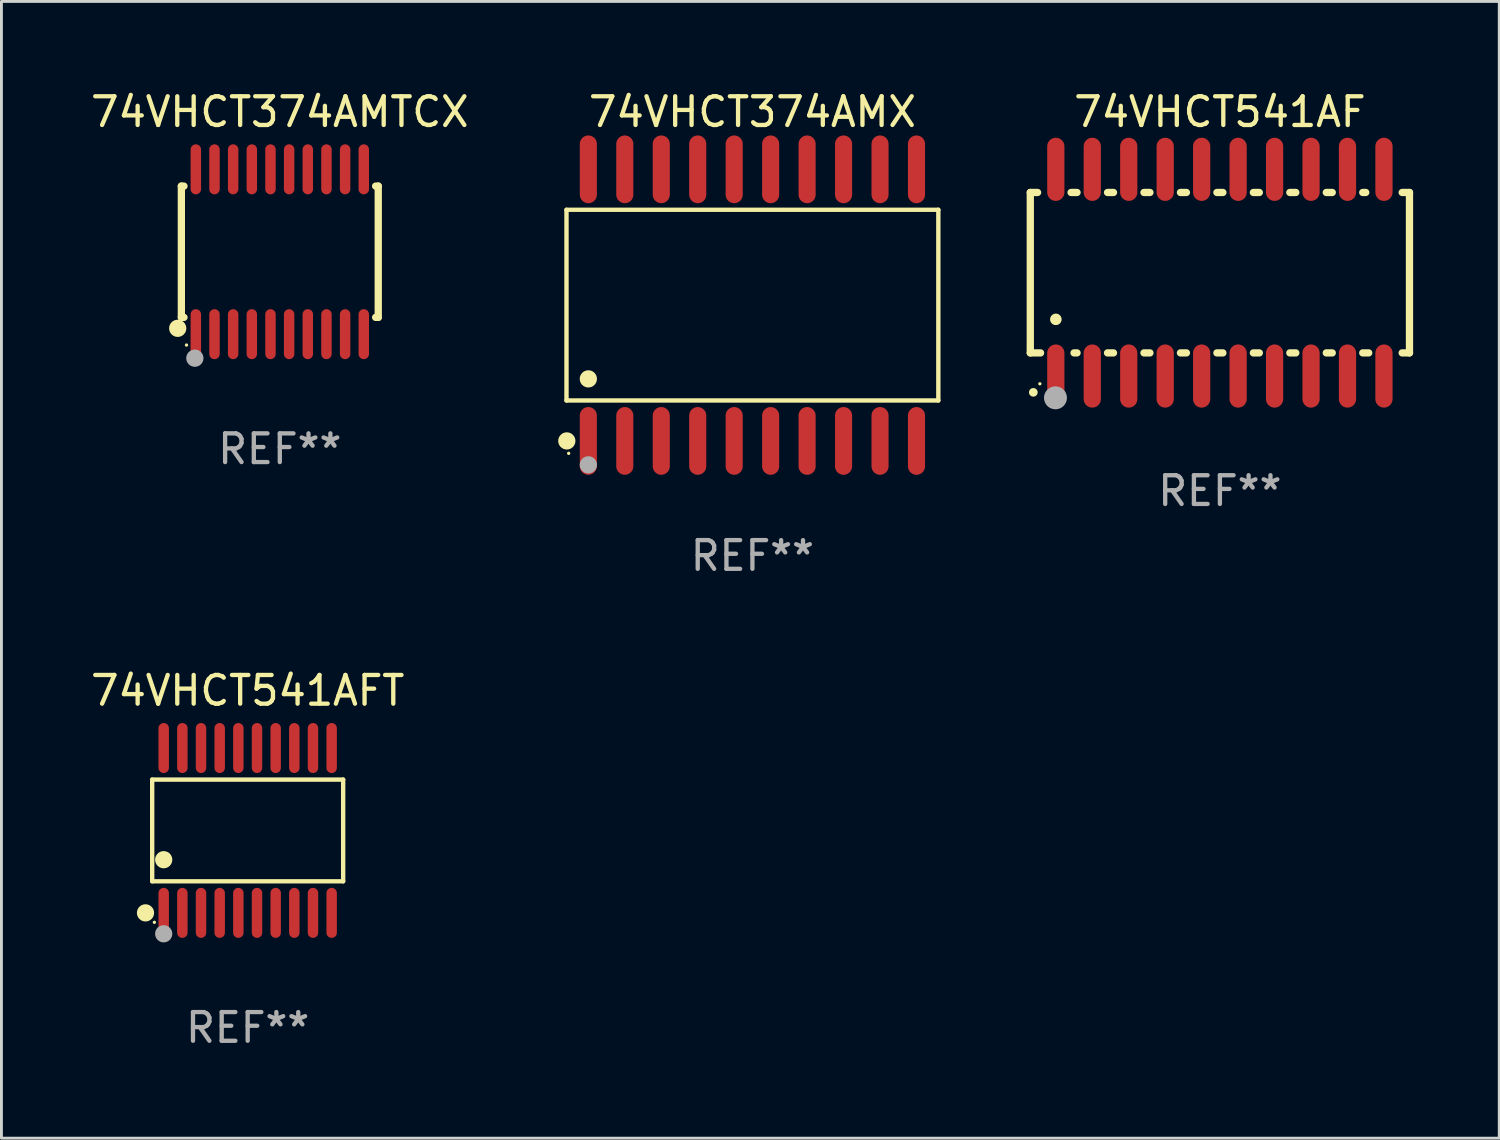
<source format=kicad_pcb>
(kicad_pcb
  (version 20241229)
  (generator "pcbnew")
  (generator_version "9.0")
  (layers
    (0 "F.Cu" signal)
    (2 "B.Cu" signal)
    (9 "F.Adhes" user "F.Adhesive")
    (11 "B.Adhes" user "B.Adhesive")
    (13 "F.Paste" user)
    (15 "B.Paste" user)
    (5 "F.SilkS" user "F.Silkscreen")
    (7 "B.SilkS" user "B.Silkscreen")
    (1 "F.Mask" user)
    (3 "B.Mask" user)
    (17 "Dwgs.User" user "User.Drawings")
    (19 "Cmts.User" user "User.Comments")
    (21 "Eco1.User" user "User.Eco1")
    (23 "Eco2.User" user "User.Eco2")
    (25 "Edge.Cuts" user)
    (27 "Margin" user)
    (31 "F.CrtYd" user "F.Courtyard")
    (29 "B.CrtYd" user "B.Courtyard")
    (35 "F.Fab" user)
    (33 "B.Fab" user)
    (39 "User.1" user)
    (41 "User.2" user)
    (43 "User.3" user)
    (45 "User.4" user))
  (footprint "74VHCT541AF"
    (layer "F.Cu")
    (at 39.441 6.448)
    (property "Reference" "74VHCT541AF" (at 0 -5.6 0) (layer "F.SilkS") (effects (font (size 1 1) (thickness 0.15))))
    (attr through_hole)
    (fp_line (start -6.604 -2.794) (end -6.604 2.794) (stroke (width 0.254) (type solid)) (layer "F.SilkS"))
    (fp_line (start -6.604 2.794) (end -6.246 2.794) (stroke (width 0.254) (type solid)) (layer "F.SilkS"))
    (fp_line (start -6.35 -2.794) (end -6.604 -2.794) (stroke (width 0.254) (type solid)) (layer "F.SilkS"))
    (fp_line (start -5.184 -2.794) (end -4.976 -2.794) (stroke (width 0.254) (type solid)) (layer "F.SilkS"))
    (fp_line (start -5.08 2.794) (end -4.976 2.794) (stroke (width 0.254) (type solid)) (layer "F.SilkS"))
    (fp_line (start -3.914 -2.794) (end -3.706 -2.794) (stroke (width 0.254) (type solid)) (layer "F.SilkS"))
    (fp_line (start -3.914 2.794) (end -3.706 2.794) (stroke (width 0.254) (type solid)) (layer "F.SilkS"))
    (fp_line (start -2.644 -2.794) (end -2.436 -2.794) (stroke (width 0.254) (type solid)) (layer "F.SilkS"))
    (fp_line (start -2.644 2.794) (end -2.436 2.794) (stroke (width 0.254) (type solid)) (layer "F.SilkS"))
    (fp_line (start -1.374 -2.794) (end -1.166 -2.794) (stroke (width 0.254) (type solid)) (layer "F.SilkS"))
    (fp_line (start -1.374 2.794) (end -1.166 2.794) (stroke (width 0.254) (type solid)) (layer "F.SilkS"))
    (fp_line (start -0.104 -2.794) (end 0.104 -2.794) (stroke (width 0.254) (type solid)) (layer "F.SilkS"))
    (fp_line (start -0.104 2.794) (end 0.104 2.794) (stroke (width 0.254) (type solid)) (layer "F.SilkS"))
    (fp_line (start 1.166 -2.794) (end 1.374 -2.794) (stroke (width 0.254) (type solid)) (layer "F.SilkS"))
    (fp_line (start 1.166 2.794) (end 1.374 2.794) (stroke (width 0.254) (type solid)) (layer "F.SilkS"))
    (fp_line (start 2.436 -2.794) (end 2.644 -2.794) (stroke (width 0.254) (type solid)) (layer "F.SilkS"))
    (fp_line (start 2.436 2.794) (end 2.644 2.794) (stroke (width 0.254) (type solid)) (layer "F.SilkS"))
    (fp_line (start 3.706 -2.794) (end 3.914 -2.794) (stroke (width 0.254) (type solid)) (layer "F.SilkS"))
    (fp_line (start 3.706 2.794) (end 3.914 2.794) (stroke (width 0.254) (type solid)) (layer "F.SilkS"))
    (fp_line (start 4.976 -2.794) (end 5.08 -2.794) (stroke (width 0.254) (type solid)) (layer "F.SilkS"))
    (fp_line (start 4.976 2.794) (end 5.184 2.794) (stroke (width 0.254) (type solid)) (layer "F.SilkS"))
    (fp_line (start 6.35 -2.794) (end 6.604 -2.794) (stroke (width 0.254) (type solid)) (layer "F.SilkS"))
    (fp_line (start 6.604 -2.794) (end 6.604 2.794) (stroke (width 0.254) (type solid)) (layer "F.SilkS"))
    (fp_line (start 6.604 2.794) (end 6.35 2.794) (stroke (width 0.254) (type solid)) (layer "F.SilkS"))
    (fp_arc (start -6.499619 4.167793) (mid -6.498349 4.167788) (end -6.497079 4.167793) (stroke (width 0.3) (type solid)) (layer "F.SilkS"))
    (fp_arc (start -5.715011 1.625603) (mid -5.713741 1.625599) (end -5.712471 1.625603) (stroke (width 0.4) (type solid)) (layer "F.SilkS"))
    (fp_circle (center -6.27 3.87) (end -6.24 3.87) (stroke (width 0.06) (type solid)) (fill no) (layer "F.SilkS"))
    (fp_circle (center -5.727 4.359) (end -5.527 4.359) (stroke (width 0.4) (type solid)) (fill no) (layer "F.Fab"))
    (fp_text user "REF**" (at 0 7.6 0) (layer "F.Fab") (effects (font (size 1 1) (thickness 0.15))))
    (pad "1" smd oval (at -5.715 3.6) (size 0.6 2.2) (layers "F.Cu" "F.Mask" "F.Paste"))
    (pad "2" smd oval (at -4.445 3.6) (size 0.6 2.2) (layers "F.Cu" "F.Mask" "F.Paste"))
    (pad "3" smd oval (at -3.175 3.6) (size 0.6 2.2) (layers "F.Cu" "F.Mask" "F.Paste"))
    (pad "4" smd oval (at -1.905 3.6) (size 0.6 2.2) (layers "F.Cu" "F.Mask" "F.Paste"))
    (pad "5" smd oval (at -0.635 3.6) (size 0.6 2.2) (layers "F.Cu" "F.Mask" "F.Paste"))
    (pad "6" smd oval (at 0.635 3.6) (size 0.6 2.2) (layers "F.Cu" "F.Mask" "F.Paste"))
    (pad "7" smd oval (at 1.905 3.6) (size 0.6 2.2) (layers "F.Cu" "F.Mask" "F.Paste"))
    (pad "8" smd oval (at 3.175 3.6) (size 0.6 2.2) (layers "F.Cu" "F.Mask" "F.Paste"))
    (pad "9" smd oval (at 4.445 3.6) (size 0.6 2.2) (layers "F.Cu" "F.Mask" "F.Paste"))
    (pad "10" smd oval (at 5.715 3.6) (size 0.6 2.2) (layers "F.Cu" "F.Mask" "F.Paste"))
    (pad "11" smd oval (at 5.715 -3.6 180) (size 0.6 2.2) (layers "F.Cu" "F.Mask" "F.Paste"))
    (pad "12" smd oval (at 4.445 -3.6 180) (size 0.6 2.2) (layers "F.Cu" "F.Mask" "F.Paste"))
    (pad "13" smd oval (at 3.175 -3.6 180) (size 0.6 2.2) (layers "F.Cu" "F.Mask" "F.Paste"))
    (pad "14" smd oval (at 1.905 -3.6 180) (size 0.6 2.2) (layers "F.Cu" "F.Mask" "F.Paste"))
    (pad "15" smd oval (at 0.635 -3.6 180) (size 0.6 2.2) (layers "F.Cu" "F.Mask" "F.Paste"))
    (pad "16" smd oval (at -0.635 -3.6 180) (size 0.6 2.2) (layers "F.Cu" "F.Mask" "F.Paste"))
    (pad "17" smd oval (at -1.905 -3.6 180) (size 0.6 2.2) (layers "F.Cu" "F.Mask" "F.Paste"))
    (pad "18" smd oval (at -3.175 -3.6 180) (size 0.6 2.2) (layers "F.Cu" "F.Mask" "F.Paste"))
    (pad "19" smd oval (at -4.445 -3.6 180) (size 0.6 2.2) (layers "F.Cu" "F.Mask" "F.Paste"))
    (pad "20" smd oval (at -5.715 -3.6 180) (size 0.6 2.2) (layers "F.Cu" "F.Mask" "F.Paste")))
  (footprint "74VHCT374AMX"
    (layer "F.Cu")
    (at 23.158 7.578)
    (property "Reference" "74VHCT374AMX" (at 0 -6.73 0) (layer "F.SilkS") (effects (font (size 1 1) (thickness 0.15))))
    (attr through_hole)
    (fp_line (start -6.476 -3.321) (end 6.476 -3.321) (stroke (width 0.152) (type solid)) (layer "F.SilkS"))
    (fp_line (start -6.476 3.321) (end -6.476 -3.321) (stroke (width 0.152) (type solid)) (layer "F.SilkS"))
    (fp_line (start 6.476 -3.321) (end 6.476 3.321) (stroke (width 0.152) (type solid)) (layer "F.SilkS"))
    (fp_line (start 6.476 3.321) (end -6.476 3.321) (stroke (width 0.152) (type solid)) (layer "F.SilkS"))
    (fp_circle (center -6.465 4.73) (end -6.315 4.73) (stroke (width 0.3) (type solid)) (fill no) (layer "F.SilkS"))
    (fp_circle (center -6.4 5.163) (end -6.37 5.163) (stroke (width 0.06) (type solid)) (fill no) (layer "F.SilkS"))
    (fp_circle (center -5.715 2.569) (end -5.565 2.569) (stroke (width 0.3) (type solid)) (fill no) (layer "F.SilkS"))
    (fp_circle (center -5.715 5.563) (end -5.565 5.563) (stroke (width 0.3) (type solid)) (fill no) (layer "F.Fab"))
    (fp_text user "REF**" (at 0 8.73 0) (layer "F.Fab") (effects (font (size 1 1) (thickness 0.15))))
    (pad "1" smd oval (at -5.715 4.73) (size 0.595 2.36) (layers "F.Cu" "F.Mask" "F.Paste"))
    (pad "2" smd oval (at -4.445 4.73) (size 0.595 2.36) (layers "F.Cu" "F.Mask" "F.Paste"))
    (pad "3" smd oval (at -3.175 4.73) (size 0.595 2.36) (layers "F.Cu" "F.Mask" "F.Paste"))
    (pad "4" smd oval (at -1.905 4.73) (size 0.595 2.36) (layers "F.Cu" "F.Mask" "F.Paste"))
    (pad "5" smd oval (at -0.635 4.73) (size 0.595 2.36) (layers "F.Cu" "F.Mask" "F.Paste"))
    (pad "6" smd oval (at 0.635 4.73) (size 0.595 2.36) (layers "F.Cu" "F.Mask" "F.Paste"))
    (pad "7" smd oval (at 1.905 4.73) (size 0.595 2.36) (layers "F.Cu" "F.Mask" "F.Paste"))
    (pad "8" smd oval (at 3.175 4.73) (size 0.595 2.36) (layers "F.Cu" "F.Mask" "F.Paste"))
    (pad "9" smd oval (at 4.445 4.73) (size 0.595 2.36) (layers "F.Cu" "F.Mask" "F.Paste"))
    (pad "10" smd oval (at 5.715 4.73) (size 0.595 2.36) (layers "F.Cu" "F.Mask" "F.Paste"))
    (pad "11" smd oval (at 5.715 -4.73) (size 0.595 2.36) (layers "F.Cu" "F.Mask" "F.Paste"))
    (pad "12" smd oval (at 4.445 -4.73) (size 0.595 2.36) (layers "F.Cu" "F.Mask" "F.Paste"))
    (pad "13" smd oval (at 3.175 -4.73) (size 0.595 2.36) (layers "F.Cu" "F.Mask" "F.Paste"))
    (pad "14" smd oval (at 1.905 -4.73) (size 0.595 2.36) (layers "F.Cu" "F.Mask" "F.Paste"))
    (pad "15" smd oval (at 0.635 -4.73) (size 0.595 2.36) (layers "F.Cu" "F.Mask" "F.Paste"))
    (pad "16" smd oval (at -0.635 -4.73) (size 0.595 2.36) (layers "F.Cu" "F.Mask" "F.Paste"))
    (pad "17" smd oval (at -1.905 -4.73) (size 0.595 2.36) (layers "F.Cu" "F.Mask" "F.Paste"))
    (pad "18" smd oval (at -3.175 -4.73) (size 0.595 2.36) (layers "F.Cu" "F.Mask" "F.Paste"))
    (pad "19" smd oval (at -4.445 -4.73) (size 0.595 2.36) (layers "F.Cu" "F.Mask" "F.Paste"))
    (pad "20" smd oval (at -5.715 -4.73) (size 0.595 2.36) (layers "F.Cu" "F.Mask" "F.Paste")))
  (footprint "74VHCT374AMTCX"
    (layer "F.Cu")
    (at 6.696 5.719)
    (property "Reference" "74VHCT374AMTCX" (at 0 -4.871 0) (layer "F.SilkS") (effects (font (size 1 1) (thickness 0.15))))
    (attr through_hole)
    (fp_line (start -3.429 -2.286) (end -3.429 2.286) (stroke (width 0.254) (type solid)) (layer "F.SilkS"))
    (fp_line (start -3.429 2.286) (end -3.338 2.286) (stroke (width 0.254) (type solid)) (layer "F.SilkS"))
    (fp_line (start -3.338 -2.286) (end -3.429 -2.286) (stroke (width 0.254) (type solid)) (layer "F.SilkS"))
    (fp_line (start 3.338 -2.286) (end 3.429 -2.286) (stroke (width 0.254) (type solid)) (layer "F.SilkS"))
    (fp_line (start 3.429 -2.286) (end 3.429 2.286) (stroke (width 0.254) (type solid)) (layer "F.SilkS"))
    (fp_line (start 3.429 2.286) (end 3.338 2.286) (stroke (width 0.254) (type solid)) (layer "F.SilkS"))
    (fp_circle (center -3.556 2.667) (end -3.406 2.667) (stroke (width 0.3) (type solid)) (fill no) (layer "F.SilkS"))
    (fp_circle (center -3.25 3.25) (end -3.22 3.25) (stroke (width 0.06) (type solid)) (fill no) (layer "F.SilkS"))
    (fp_circle (center -2.959 3.707) (end -2.808 3.707) (stroke (width 0.3) (type solid)) (fill no) (layer "F.Fab"))
    (fp_text user "REF**" (at 0 6.871 0) (layer "F.Fab") (effects (font (size 1 1) (thickness 0.15))))
    (pad "1" smd oval (at -2.925 2.871) (size 0.364 1.742) (layers "F.Cu" "F.Mask" "F.Paste"))
    (pad "2" smd oval (at -2.275 2.871) (size 0.364 1.742) (layers "F.Cu" "F.Mask" "F.Paste"))
    (pad "3" smd oval (at -1.625 2.871) (size 0.364 1.742) (layers "F.Cu" "F.Mask" "F.Paste"))
    (pad "4" smd oval (at -0.975 2.871) (size 0.364 1.742) (layers "F.Cu" "F.Mask" "F.Paste"))
    (pad "5" smd oval (at -0.325 2.871) (size 0.364 1.742) (layers "F.Cu" "F.Mask" "F.Paste"))
    (pad "6" smd oval (at 0.325 2.871) (size 0.364 1.742) (layers "F.Cu" "F.Mask" "F.Paste"))
    (pad "7" smd oval (at 0.975 2.871) (size 0.364 1.742) (layers "F.Cu" "F.Mask" "F.Paste"))
    (pad "8" smd oval (at 1.625 2.871) (size 0.364 1.742) (layers "F.Cu" "F.Mask" "F.Paste"))
    (pad "9" smd oval (at 2.275 2.871) (size 0.364 1.742) (layers "F.Cu" "F.Mask" "F.Paste"))
    (pad "10" smd oval (at 2.925 2.871) (size 0.364 1.742) (layers "F.Cu" "F.Mask" "F.Paste"))
    (pad "11" smd oval (at 2.925 -2.871) (size 0.364 1.742) (layers "F.Cu" "F.Mask" "F.Paste"))
    (pad "12" smd oval (at 2.275 -2.871) (size 0.364 1.742) (layers "F.Cu" "F.Mask" "F.Paste"))
    (pad "13" smd oval (at 1.625 -2.871) (size 0.364 1.742) (layers "F.Cu" "F.Mask" "F.Paste"))
    (pad "14" smd oval (at 0.975 -2.871) (size 0.364 1.742) (layers "F.Cu" "F.Mask" "F.Paste"))
    (pad "15" smd oval (at 0.325 -2.871) (size 0.364 1.742) (layers "F.Cu" "F.Mask" "F.Paste"))
    (pad "16" smd oval (at -0.325 -2.871) (size 0.364 1.742) (layers "F.Cu" "F.Mask" "F.Paste"))
    (pad "17" smd oval (at -0.975 -2.871) (size 0.364 1.742) (layers "F.Cu" "F.Mask" "F.Paste"))
    (pad "18" smd oval (at -1.625 -2.871) (size 0.364 1.742) (layers "F.Cu" "F.Mask" "F.Paste"))
    (pad "19" smd oval (at -2.275 -2.871) (size 0.364 1.742) (layers "F.Cu" "F.Mask" "F.Paste"))
    (pad "20" smd oval (at -2.925 -2.871) (size 0.364 1.742) (layers "F.Cu" "F.Mask" "F.Paste")))
  (footprint "74VHCT541AFT"
    (layer "F.Cu")
    (at 5.577 25.876)
    (property "Reference" "74VHCT541AFT" (at 0 -4.871 0) (layer "F.SilkS") (effects (font (size 1 1) (thickness 0.15))))
    (attr through_hole)
    (fp_line (start -3.326 -1.771) (end 3.326 -1.771) (stroke (width 0.152) (type solid)) (layer "F.SilkS"))
    (fp_line (start -3.326 1.771) (end -3.326 -1.771) (stroke (width 0.152) (type solid)) (layer "F.SilkS"))
    (fp_line (start 3.326 -1.771) (end 3.326 1.771) (stroke (width 0.152) (type solid)) (layer "F.SilkS"))
    (fp_line (start 3.326 1.771) (end -3.326 1.771) (stroke (width 0.152) (type solid)) (layer "F.SilkS"))
    (fp_circle (center -3.559 2.871) (end -3.409 2.871) (stroke (width 0.3) (type solid)) (fill no) (layer "F.SilkS"))
    (fp_circle (center -3.25 3.2) (end -3.22 3.2) (stroke (width 0.06) (type solid)) (fill no) (layer "F.SilkS"))
    (fp_circle (center -2.925 1.019) (end -2.775 1.019) (stroke (width 0.3) (type solid)) (fill no) (layer "F.SilkS"))
    (fp_circle (center -2.925 3.6) (end -2.775 3.6) (stroke (width 0.3) (type solid)) (fill no) (layer "F.Fab"))
    (fp_text user "REF**" (at 0 6.871 0) (layer "F.Fab") (effects (font (size 1 1) (thickness 0.15))))
    (pad "1" smd oval (at -2.925 2.871) (size 0.364 1.742) (layers "F.Cu" "F.Mask" "F.Paste"))
    (pad "2" smd oval (at -2.275 2.871) (size 0.364 1.742) (layers "F.Cu" "F.Mask" "F.Paste"))
    (pad "3" smd oval (at -1.625 2.871) (size 0.364 1.742) (layers "F.Cu" "F.Mask" "F.Paste"))
    (pad "4" smd oval (at -0.975 2.871) (size 0.364 1.742) (layers "F.Cu" "F.Mask" "F.Paste"))
    (pad "5" smd oval (at -0.325 2.871) (size 0.364 1.742) (layers "F.Cu" "F.Mask" "F.Paste"))
    (pad "6" smd oval (at 0.325 2.871) (size 0.364 1.742) (layers "F.Cu" "F.Mask" "F.Paste"))
    (pad "7" smd oval (at 0.975 2.871) (size 0.364 1.742) (layers "F.Cu" "F.Mask" "F.Paste"))
    (pad "8" smd oval (at 1.625 2.871) (size 0.364 1.742) (layers "F.Cu" "F.Mask" "F.Paste"))
    (pad "9" smd oval (at 2.275 2.871) (size 0.364 1.742) (layers "F.Cu" "F.Mask" "F.Paste"))
    (pad "10" smd oval (at 2.925 2.871) (size 0.364 1.742) (layers "F.Cu" "F.Mask" "F.Paste"))
    (pad "11" smd oval (at 2.925 -2.871) (size 0.364 1.742) (layers "F.Cu" "F.Mask" "F.Paste"))
    (pad "12" smd oval (at 2.275 -2.871) (size 0.364 1.742) (layers "F.Cu" "F.Mask" "F.Paste"))
    (pad "13" smd oval (at 1.625 -2.871) (size 0.364 1.742) (layers "F.Cu" "F.Mask" "F.Paste"))
    (pad "14" smd oval (at 0.975 -2.871) (size 0.364 1.742) (layers "F.Cu" "F.Mask" "F.Paste"))
    (pad "15" smd oval (at 0.325 -2.871) (size 0.364 1.742) (layers "F.Cu" "F.Mask" "F.Paste"))
    (pad "16" smd oval (at -0.325 -2.871) (size 0.364 1.742) (layers "F.Cu" "F.Mask" "F.Paste"))
    (pad "17" smd oval (at -0.975 -2.871) (size 0.364 1.742) (layers "F.Cu" "F.Mask" "F.Paste"))
    (pad "18" smd oval (at -1.625 -2.871) (size 0.364 1.742) (layers "F.Cu" "F.Mask" "F.Paste"))
    (pad "19" smd oval (at -2.275 -2.871) (size 0.364 1.742) (layers "F.Cu" "F.Mask" "F.Paste"))
    (pad "20" smd oval (at -2.925 -2.871) (size 0.364 1.742) (layers "F.Cu" "F.Mask" "F.Paste")))
  (gr_rect
    (start -3 -3)
    (end 49.172 36.595)
    (stroke (width 0.1) (type default))
    (fill no)
    (layer "Edge.Cuts")))
</source>
